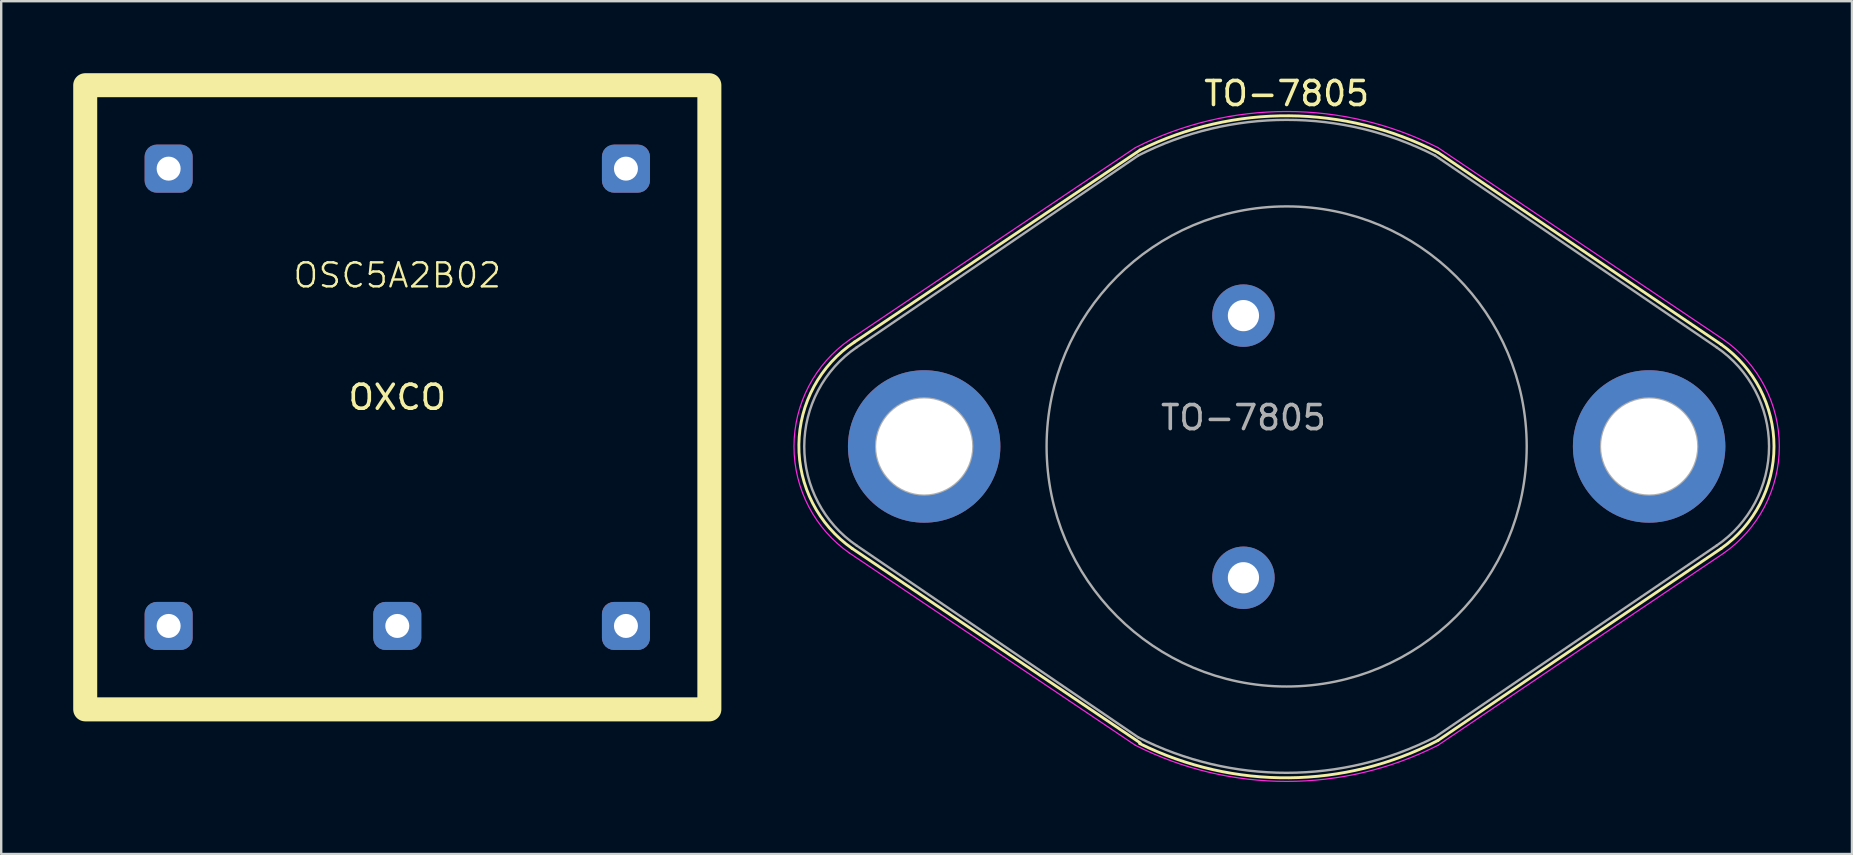
<source format=kicad_pcb>
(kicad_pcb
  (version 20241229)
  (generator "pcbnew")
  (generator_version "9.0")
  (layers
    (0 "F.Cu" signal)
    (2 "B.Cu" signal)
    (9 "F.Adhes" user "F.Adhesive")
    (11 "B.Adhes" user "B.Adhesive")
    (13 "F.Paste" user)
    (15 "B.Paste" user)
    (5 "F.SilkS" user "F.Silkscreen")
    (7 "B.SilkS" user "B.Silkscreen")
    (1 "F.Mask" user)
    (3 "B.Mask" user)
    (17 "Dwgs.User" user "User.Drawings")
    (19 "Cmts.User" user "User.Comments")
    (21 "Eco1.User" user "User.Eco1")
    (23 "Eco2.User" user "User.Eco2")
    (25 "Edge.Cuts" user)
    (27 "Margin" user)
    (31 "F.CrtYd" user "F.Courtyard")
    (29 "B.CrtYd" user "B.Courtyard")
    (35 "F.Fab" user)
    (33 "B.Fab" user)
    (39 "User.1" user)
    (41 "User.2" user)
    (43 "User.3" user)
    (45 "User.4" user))
  (footprint "OSC5A2B02"
    (layer "F.Cu")
    (at 13.5 13.5)
    (property "Reference" "OSC5A2B02" (at 0 -5.08 0) (unlocked yes) (layer "F.SilkS") (effects (font (size 1 1) (thickness 0.1))))
    (attr through_hole)
    (fp_rect (start -13 -13) (end 13 13) (stroke (width 1) (type solid)) (fill no) (layer "F.SilkS"))
    (fp_text user "OXCO" (at 0 0 0) (unlocked yes) (layer "F.SilkS") (effects (font (size 1 1) (thickness 0.15))))
    (pad "1" thru_hole roundrect (at -9.525 9.525) (size 2 2) (drill 1) (layers "*.Cu" "*.Mask") (roundrect_rratio 0.25))
    (pad "2" thru_hole roundrect (at 0 9.525) (size 2 2) (drill 1) (layers "*.Cu" "*.Mask") (roundrect_rratio 0.25))
    (pad "3" thru_hole roundrect (at 9.525 9.525) (size 2 2) (drill 1) (layers "*.Cu" "*.Mask") (roundrect_rratio 0.25))
    (pad "4" thru_hole roundrect (at 9.525 -9.525) (size 2 2) (drill 1) (layers "*.Cu" "*.Mask") (roundrect_rratio 0.25))
    (pad "5" thru_hole roundrect (at -9.525 -9.525) (size 2 2) (drill 1) (layers "*.Cu" "*.Mask") (roundrect_rratio 0.25)))
  (footprint "TO-7805"
    (layer "F.Cu")
    (at 48.748 10.098)
    (property "Reference" "TO-7805" (at 1.8 -9.25 0) (layer "F.SilkS") (effects (font (size 1 1) (thickness 0.15))))
    (attr through_hole)
    (fp_line (start -4.3 -6.9) (end -16.2 1.1) (stroke (width 0.12) (type solid)) (layer "F.SilkS"))
    (fp_line (start -4.3 17.8) (end -16.3 9.7) (stroke (width 0.12) (type solid)) (layer "F.SilkS"))
    (fp_line (start 8.1 -6.8) (end 19.9 1.2) (stroke (width 0.12) (type solid)) (layer "F.SilkS"))
    (fp_line (start 8.1 17.7) (end 19.9 9.7) (stroke (width 0.12) (type solid)) (layer "F.SilkS"))
    (fp_arc (start -16.3 9.7) (mid -18.519226 5.373613) (end -16.2 1.1) (stroke (width 0.12) (type solid)) (layer "F.SilkS"))
    (fp_arc (start -4.3 -6.9) (mid 1.911888 -8.324079) (end 8.1 -6.8) (stroke (width 0.12) (type solid)) (layer "F.SilkS"))
    (fp_arc (start 8.1 17.7) (mid 1.90661 19.252956) (end -4.325 17.825) (stroke (width 0.12) (type solid)) (layer "F.SilkS"))
    (fp_arc (start 19.9 1.2) (mid 22.102158 5.45) (end 19.9 9.7) (stroke (width 0.12) (type solid)) (layer "F.SilkS"))
    (fp_line (start -4.5 -7) (end -16.4 1) (stroke (width 0.05) (type solid)) (layer "F.CrtYd"))
    (fp_line (start -4.5 17.9) (end -16.4 9.9) (stroke (width 0.05) (type solid)) (layer "F.CrtYd"))
    (fp_line (start 8.1 -7) (end 20 1) (stroke (width 0.05) (type solid)) (layer "F.CrtYd"))
    (fp_line (start 8.1 17.9) (end 20 9.9) (stroke (width 0.05) (type solid)) (layer "F.CrtYd"))
    (fp_arc (start -16.4 9.9) (mid -18.723326 5.45) (end -16.4 1) (stroke (width 0.05) (type solid)) (layer "F.CrtYd"))
    (fp_arc (start -4.5 -7) (mid 1.8 -8.503225) (end 8.1 -7) (stroke (width 0.05) (type solid)) (layer "F.CrtYd"))
    (fp_arc (start 8.1 17.9) (mid 1.8 19.403223) (end -4.5 17.9) (stroke (width 0.05) (type solid)) (layer "F.CrtYd"))
    (fp_arc (start 20 1) (mid 22.323325 5.45) (end 20 9.9) (stroke (width 0.05) (type solid)) (layer "F.CrtYd"))
    (fp_line (start -4.38 -6.67) (end -16.11 1.32) (stroke (width 0.1) (type solid)) (layer "F.Fab"))
    (fp_line (start -4.38 17.57) (end -16.11 9.58) (stroke (width 0.1) (type solid)) (layer "F.Fab"))
    (fp_line (start 7.98 -6.67) (end 19.71 1.32) (stroke (width 0.1) (type solid)) (layer "F.Fab"))
    (fp_line (start 7.98 17.56) (end 19.71 9.58) (stroke (width 0.1) (type solid)) (layer "F.Fab"))
    (fp_arc (start -16.11 9.58) (mid -18.295292 5.45) (end -16.11 1.32) (stroke (width 0.1) (type solid)) (layer "F.Fab"))
    (fp_arc (start -4.38 -6.67) (mid 1.8 -8.154661) (end 7.98 -6.67) (stroke (width 0.1) (type solid)) (layer "F.Fab"))
    (fp_arc (start 7.98 17.56) (mid 1.801197 19.045069) (end -4.38 17.57) (stroke (width 0.1) (type solid)) (layer "F.Fab"))
    (fp_arc (start 19.71 1.32) (mid 21.895289 5.45) (end 19.71 9.58) (stroke (width 0.1) (type solid)) (layer "F.Fab"))
    (fp_circle (center -13.3 5.45) (end -15.3 5.45) (stroke (width 0.1) (type solid)) (fill no) (layer "F.Fab"))
    (fp_circle (center 1.8 5.45) (end 11.8 5.45) (stroke (width 0.1) (type solid)) (fill no) (layer "F.Fab"))
    (fp_circle (center 16.9 5.45) (end 18.9 5.45) (stroke (width 0.1) (type solid)) (fill no) (layer "F.Fab"))
    (fp_text user "${REFERENCE}" (at 0 4.25 0) (layer "F.Fab") (effects (font (size 1 1) (thickness 0.15))))
    (pad "1" thru_hole circle (at 0 0) (size 2.6 2.6) (drill 1.3) (layers "*.Cu" "*.Mask"))
    (pad "2" thru_hole circle (at -13.3 5.45) (size 6.35 6.35) (drill 4) (layers "*.Cu" "*.Mask"))
    (pad "3" thru_hole circle (at 0 10.92) (size 2.6 2.6) (drill 1.3) (layers "*.Cu" "*.Mask"))
    (pad "3" thru_hole circle (at 16.9 5.45) (size 6.35 6.35) (drill 4) (layers "*.Cu" "*.Mask")))
  (gr_rect
    (start -3 -3)
    (end 74.097 32.526)
    (stroke (width 0.1) (type default))
    (fill no)
    (layer "Edge.Cuts")))
</source>
